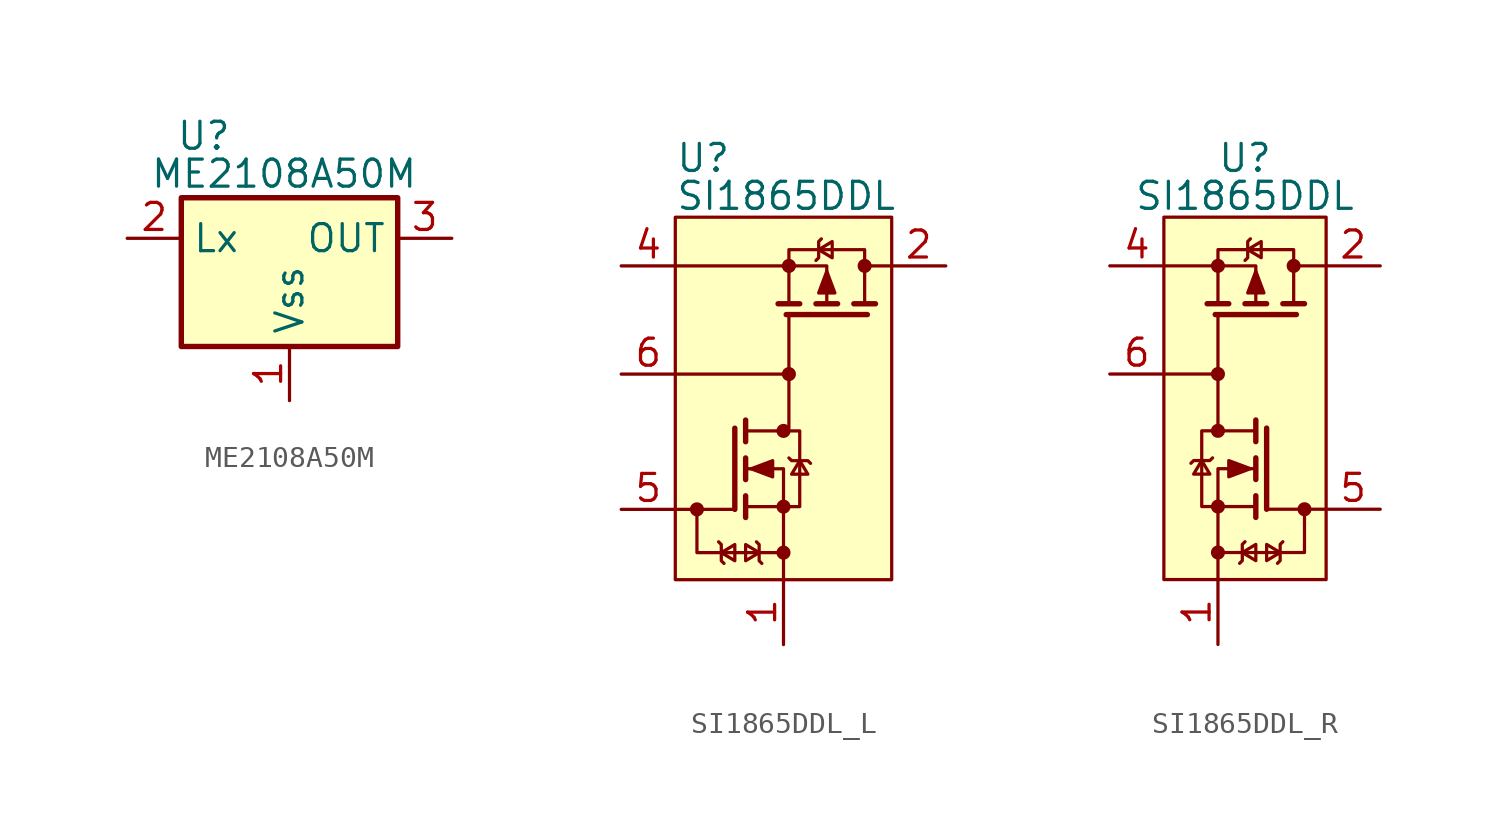
<source format=kicad_sym>
(kicad_symbol_lib
  (version 20231120)
  (generator "kicad_symbol_editor")
  (generator_version "8.0")
  (symbol "ME2108A50M"
    (property "Reference" "U"
      (at -5.334 5.334 0)
      (effects (font (size 1.27 1.27)) (justify left bottom)))
    (property "Value" "ME2108A50M"
      (at -0.254 3.556 0)
      (effects (font (size 1.27 1.27)) (justify bottom)))
    (symbol "ME2108A50M_0_1"
      (rectangle (start -5.08 3.175) (end 5.08 -3.81) (stroke (width 0.254) (type default)) (fill (type background))))
    (symbol "ME2108A50M_1_1"
      (pin power_in line (at 0 -6.35 90) (length 2.54) (name "Vss" (effects (font (size 1.27 1.27)))) (number "1" (effects (font (size 1.27 1.27)))))
      (pin passive line (at -7.62 1.27 0) (length 2.54) (name "Lx" (effects (font (size 1.27 1.27)))) (number "2" (effects (font (size 1.27 1.27)))))
      (pin power_out line (at 7.62 1.27 180) (length 2.54) (name "OUT" (effects (font (size 1.27 1.27)))) (number "3" (effects (font (size 1.27 1.27)))))))
  (symbol "SI1865DDL_L"
    (pin_names
      (offset 0) hide)
    (property "Reference" "U"
      (at -5.08 9.398 0)
      (effects (font (size 1.27 1.27)) (justify left bottom)))
    (property "Value" "SI1865DDL"
      (at -5.08 7.62 0)
      (effects (font (size 1.27 1.27)) (justify left bottom)))
    (symbol "SI1865DDL_L_0_1"
      (rectangle (start -5.08 7.366) (end 5.08 -9.652) (stroke (width 0) (type default)) (fill (type background)))
      (circle (center -4.064 -6.35) (radius 0.254) (stroke (width 0) (type default)) (fill (type outline)))
      (circle (center 0 -8.382) (radius 0.254) (stroke (width 0) (type default)) (fill (type outline)))
      (circle (center 0 -6.223) (radius 0.254) (stroke (width 0) (type default)) (fill (type outline)))
      (circle (center 0 -2.667) (radius 0.254) (stroke (width 0) (type default)) (fill (type outline)))
      (polyline (pts (xy -2.286 -6.35) (xy -5.08 -6.35)) (stroke (width 0) (type default)) (fill (type none)))
      (polyline (pts (xy -2.286 -2.54) (xy -2.286 -6.35)) (stroke (width 0.254) (type default)) (fill (type none)))
      (polyline (pts (xy -1.778 -5.715) (xy -1.778 -6.731)) (stroke (width 0.254) (type default)) (fill (type none)))
      (polyline (pts (xy -1.778 -3.937) (xy -1.778 -4.953)) (stroke (width 0.254) (type default)) (fill (type none)))
      (polyline (pts (xy -1.778 -2.159) (xy -1.778 -3.175)) (stroke (width 0.254) (type default)) (fill (type none)))
      (polyline (pts (xy 0.254 2.794) (xy 0.254 -2.54)) (stroke (width 0) (type default)) (fill (type none)))
      (polyline (pts (xy 0.762 3.302) (xy -0.254 3.302)) (stroke (width 0.254) (type default)) (fill (type none)))
      (polyline (pts (xy 2.54 3.302) (xy 1.524 3.302)) (stroke (width 0.254) (type default)) (fill (type none)))
      (polyline (pts (xy 3.937 2.794) (xy 0.127 2.794)) (stroke (width 0.254) (type default)) (fill (type none)))
      (polyline (pts (xy 4.318 3.302) (xy 3.302 3.302)) (stroke (width 0.254) (type default)) (fill (type none)))
      (polyline (pts (xy 5.08 5.08) (xy 3.81 5.08)) (stroke (width 0) (type default)) (fill (type none)))
      (polyline (pts (xy -5.08 5.08) (xy 2.032 5.08) (xy 2.032 3.302)) (stroke (width 0) (type default)) (fill (type none)))
      (polyline (pts (xy 0 -9.652) (xy 0 -4.445) (xy -1.778 -4.445)) (stroke (width 0) (type default)) (fill (type none)))
      (polyline (pts (xy -2.794 -8.89) (xy -2.921 -8.763) (xy -2.921 -8.001) (xy -3.048 -7.874)) (stroke (width 0) (type default)) (fill (type none)))
      (polyline (pts (xy -1.778 -6.223) (xy 0.762 -6.223) (xy 0.762 -2.667) (xy -1.778 -2.667)) (stroke (width 0) (type default)) (fill (type none)))
      (polyline (pts (xy -1.524 -4.445) (xy -0.508 -4.064) (xy -0.508 -4.826) (xy -1.524 -4.445)) (stroke (width 0) (type default)) (fill (type outline)))
      (polyline (pts (xy -1.27 -7.874) (xy -1.143 -8.001) (xy -1.143 -8.763) (xy -1.016 -8.89)) (stroke (width 0) (type default)) (fill (type none)))
      (polyline (pts (xy 0.254 -3.937) (xy 0.381 -4.064) (xy 1.143 -4.064) (xy 1.27 -4.191)) (stroke (width 0) (type default)) (fill (type none)))
      (polyline (pts (xy 0.762 -4.064) (xy 0.381 -4.699) (xy 1.143 -4.699) (xy 0.762 -4.064)) (stroke (width 0) (type default)) (fill (type none)))
      (polyline (pts (xy 1.524 5.334) (xy 1.651 5.461) (xy 1.651 6.223) (xy 1.778 6.35)) (stroke (width 0) (type default)) (fill (type none)))
      (polyline (pts (xy 1.651 5.842) (xy 2.286 5.461) (xy 2.286 6.223) (xy 1.651 5.842)) (stroke (width 0) (type default)) (fill (type none)))
      (polyline (pts (xy 2.032 4.826) (xy 2.413 3.81) (xy 1.651 3.81) (xy 2.032 4.826)) (stroke (width 0) (type default)) (fill (type outline)))
      (polyline (pts (xy 3.81 3.302) (xy 3.81 5.842) (xy 0.254 5.842) (xy 0.254 3.302)) (stroke (width 0) (type default)) (fill (type none)))
      (circle (center 0.254 0) (radius 0.254) (stroke (width 0) (type default)) (fill (type outline)))
      (circle (center 0.254 5.08) (radius 0.254) (stroke (width 0) (type default)) (fill (type outline)))
      (circle (center 3.81 5.08) (radius 0.254) (stroke (width 0) (type default)) (fill (type outline))))
    (symbol "SI1865DDL_L_1_1"
      (polyline (pts (xy -5.08 0) (xy 0.254 0)) (stroke (width 0) (type default)) (fill (type none)))
      (polyline (pts (xy -4.064 -6.35) (xy -4.064 -8.382) (xy 0 -8.382)) (stroke (width 0) (type default)) (fill (type none)))
      (polyline (pts (xy -2.921 -8.382) (xy -2.286 -8.001) (xy -2.286 -8.763) (xy -2.921 -8.382)) (stroke (width 0) (type default)) (fill (type none)))
      (polyline (pts (xy -1.143 -8.382) (xy -1.778 -8.001) (xy -1.778 -8.763) (xy -1.143 -8.382)) (stroke (width 0) (type default)) (fill (type none)))
      (pin passive line (at 0 -12.7 90) (length 3.048) (name "" (effects (font (size 1.27 1.27)))) (number "1" (effects (font (size 1.27 1.27)))))
      (pin passive line (at 7.62 5.08 180) (length 2.54) (name "D2" (effects (font (size 1.27 1.27)))) (number "2" (effects (font (size 1.27 1.27)))))
      (pin passive line (at 7.62 5.08 180) (length 2.54) hide (name "D2" (effects (font (size 1.27 1.27)))) (number "3" (effects (font (size 1.27 1.27)))))
      (pin passive line (at -7.62 5.08 0) (length 2.54) (name "S2" (effects (font (size 1.27 1.27)))) (number "4" (effects (font (size 1.27 1.27)))))
      (pin passive line (at -7.62 -6.35 0) (length 2.54) (name "on/off" (effects (font (size 1.27 1.27)))) (number "5" (effects (font (size 1.27 1.27)))))
      (pin passive line (at -7.62 0 0) (length 2.54) (name "" (effects (font (size 1.27 1.27)))) (number "6" (effects (font (size 1.27 1.27)))))))
  (symbol "SI1865DDL_R"
    (pin_names
      (offset 0) hide)
    (property "Reference" "U"
      (at 0 9.398 0)
      (effects (font (size 1.27 1.27)) (justify bottom)))
    (property "Value" "SI1865DDL"
      (at 0 7.62 0)
      (effects (font (size 1.27 1.27)) (justify bottom)))
    (symbol "SI1865DDL_R_0_1"
      (rectangle (start -3.81 7.366) (end 3.81 -9.652) (stroke (width 0) (type default)) (fill (type background)))
      (circle (center -1.27 -8.382) (radius 0.254) (stroke (width 0) (type default)) (fill (type outline)))
      (circle (center -1.27 -6.223) (radius 0.254) (stroke (width 0) (type default)) (fill (type outline)))
      (circle (center -1.27 -2.667) (radius 0.254) (stroke (width 0) (type default)) (fill (type outline)))
      (circle (center -1.27 0) (radius 0.254) (stroke (width 0) (type default)) (fill (type outline)))
      (circle (center -1.27 5.08) (radius 0.254) (stroke (width 0) (type default)) (fill (type outline)))
      (polyline (pts (xy -1.27 2.794) (xy -1.27 -2.54)) (stroke (width 0) (type default)) (fill (type none)))
      (polyline (pts (xy -0.762 3.302) (xy -1.778 3.302)) (stroke (width 0.254) (type default)) (fill (type none)))
      (polyline (pts (xy 0.508 -5.715) (xy 0.508 -6.731)) (stroke (width 0.254) (type default)) (fill (type none)))
      (polyline (pts (xy 0.508 -3.937) (xy 0.508 -4.953)) (stroke (width 0.254) (type default)) (fill (type none)))
      (polyline (pts (xy 0.508 -2.159) (xy 0.508 -3.175)) (stroke (width 0.254) (type default)) (fill (type none)))
      (polyline (pts (xy 1.016 -6.35) (xy 3.81 -6.35)) (stroke (width 0) (type default)) (fill (type none)))
      (polyline (pts (xy 1.016 -2.54) (xy 1.016 -6.35)) (stroke (width 0.254) (type default)) (fill (type none)))
      (polyline (pts (xy 1.016 3.302) (xy 0 3.302)) (stroke (width 0.254) (type default)) (fill (type none)))
      (polyline (pts (xy 2.413 2.794) (xy -1.397 2.794)) (stroke (width 0.254) (type default)) (fill (type none)))
      (polyline (pts (xy 2.794 3.302) (xy 1.778 3.302)) (stroke (width 0.254) (type default)) (fill (type none)))
      (polyline (pts (xy 3.81 5.08) (xy 2.286 5.08)) (stroke (width 0) (type default)) (fill (type none)))
      (polyline (pts (xy -3.81 5.08) (xy 0.508 5.08) (xy 0.508 3.302)) (stroke (width 0) (type default)) (fill (type none)))
      (polyline (pts (xy -1.27 -9.652) (xy -1.27 -4.445) (xy 0.508 -4.445)) (stroke (width 0) (type default)) (fill (type none)))
      (polyline (pts (xy -2.032 -4.064) (xy -1.651 -4.699) (xy -2.413 -4.699) (xy -2.032 -4.064)) (stroke (width 0) (type default)) (fill (type none)))
      (polyline (pts (xy -1.524 -3.937) (xy -1.651 -4.064) (xy -2.413 -4.064) (xy -2.54 -4.191)) (stroke (width 0) (type default)) (fill (type none)))
      (polyline (pts (xy 0 -7.874) (xy -0.127 -8.001) (xy -0.127 -8.763) (xy -0.254 -8.89)) (stroke (width 0) (type default)) (fill (type none)))
      (polyline (pts (xy 0 5.334) (xy 0.127 5.461) (xy 0.127 6.223) (xy 0.254 6.35)) (stroke (width 0) (type default)) (fill (type none)))
      (polyline (pts (xy 0.127 5.842) (xy 0.762 5.461) (xy 0.762 6.223) (xy 0.127 5.842)) (stroke (width 0) (type default)) (fill (type none)))
      (polyline (pts (xy 0.254 -4.445) (xy -0.762 -4.064) (xy -0.762 -4.826) (xy 0.254 -4.445)) (stroke (width 0) (type default)) (fill (type outline)))
      (polyline (pts (xy 0.508 -6.223) (xy -2.032 -6.223) (xy -2.032 -2.667) (xy 0.508 -2.667)) (stroke (width 0) (type default)) (fill (type none)))
      (polyline (pts (xy 0.508 4.826) (xy 0.889 3.81) (xy 0.127 3.81) (xy 0.508 4.826)) (stroke (width 0) (type default)) (fill (type outline)))
      (polyline (pts (xy 1.524 -8.89) (xy 1.651 -8.763) (xy 1.651 -8.001) (xy 1.778 -7.874)) (stroke (width 0) (type default)) (fill (type none)))
      (polyline (pts (xy 2.286 3.302) (xy 2.286 5.842) (xy -1.27 5.842) (xy -1.27 3.302)) (stroke (width 0) (type default)) (fill (type none)))
      (circle (center 2.286 5.08) (radius 0.254) (stroke (width 0) (type default)) (fill (type outline)))
      (circle (center 2.794 -6.35) (radius 0.254) (stroke (width 0) (type default)) (fill (type outline))))
    (symbol "SI1865DDL_R_1_1"
      (polyline (pts (xy -3.81 0) (xy -1.27 0)) (stroke (width 0) (type default)) (fill (type none)))
      (polyline (pts (xy 2.794 -6.35) (xy 2.794 -8.382) (xy -1.27 -8.382)) (stroke (width 0) (type default)) (fill (type none)))
      (polyline (pts (xy -0.127 -8.382) (xy 0.508 -8.001) (xy 0.508 -8.763) (xy -0.127 -8.382)) (stroke (width 0) (type default)) (fill (type none)))
      (polyline (pts (xy 1.651 -8.382) (xy 1.016 -8.001) (xy 1.016 -8.763) (xy 1.651 -8.382)) (stroke (width 0) (type default)) (fill (type none)))
      (pin passive line (at -1.27 -12.7 90) (length 3.048) (name "" (effects (font (size 1.27 1.27)))) (number "1" (effects (font (size 1.27 1.27)))))
      (pin passive line (at 6.35 5.08 180) (length 2.54) (name "D2" (effects (font (size 1.27 1.27)))) (number "2" (effects (font (size 1.27 1.27)))))
      (pin passive line (at 6.35 5.08 180) (length 2.54) hide (name "D2" (effects (font (size 1.27 1.27)))) (number "3" (effects (font (size 1.27 1.27)))))
      (pin passive line (at -6.35 5.08 0) (length 2.54) (name "S2" (effects (font (size 1.27 1.27)))) (number "4" (effects (font (size 1.27 1.27)))))
      (pin passive line (at 6.35 -6.35 180) (length 2.54) (name "on/off" (effects (font (size 1.27 1.27)))) (number "5" (effects (font (size 1.27 1.27)))))
      (pin passive line (at -6.35 0 0) (length 2.54) (name "" (effects (font (size 1.27 1.27)))) (number "6" (effects (font (size 1.27 1.27))))))))
</source>
